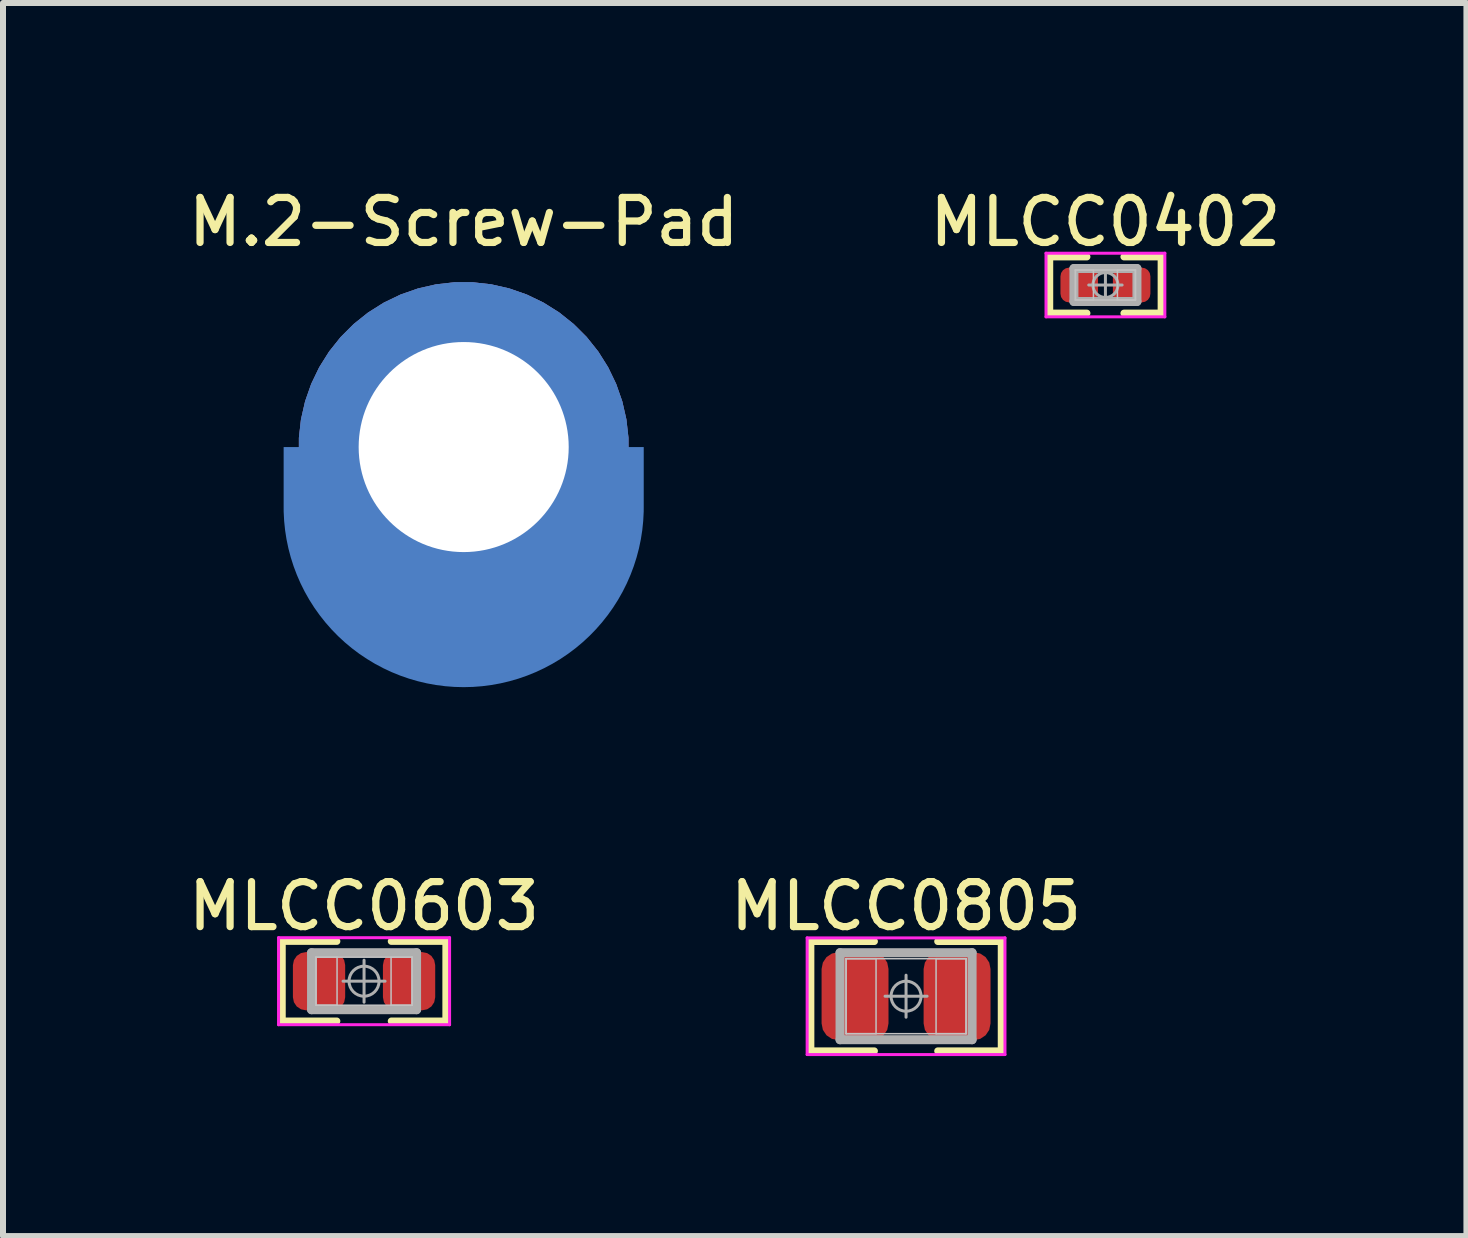
<source format=kicad_pcb>
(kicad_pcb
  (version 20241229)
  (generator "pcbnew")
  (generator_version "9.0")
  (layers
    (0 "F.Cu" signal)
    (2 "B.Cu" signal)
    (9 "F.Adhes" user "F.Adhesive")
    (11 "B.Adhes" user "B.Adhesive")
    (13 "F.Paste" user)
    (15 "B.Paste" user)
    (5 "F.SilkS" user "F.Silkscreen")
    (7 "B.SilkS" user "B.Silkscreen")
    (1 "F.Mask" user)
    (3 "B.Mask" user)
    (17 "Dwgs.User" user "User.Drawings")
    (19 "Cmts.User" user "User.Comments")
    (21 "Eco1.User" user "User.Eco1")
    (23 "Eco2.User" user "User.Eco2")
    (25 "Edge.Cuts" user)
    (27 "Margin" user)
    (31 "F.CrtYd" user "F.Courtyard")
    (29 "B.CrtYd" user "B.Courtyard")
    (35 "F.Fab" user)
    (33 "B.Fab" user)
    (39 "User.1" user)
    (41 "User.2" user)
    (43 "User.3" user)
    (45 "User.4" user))
  (footprint "M.2-Screw-Pad"
    (layer "F.Cu")
    (at 4.676 4.399)
    (property "Reference" "M.2-Screw-Pad" (at 0 -3.75 0) (unlocked yes) (layer "F.SilkS") (effects (font (size 0.75 0.75) (thickness 0.12))))
    (attr through_hole)
    (pad "1" thru_hole custom (at 0 0) (size 5.5 5.5) (drill 3.5) (layers "*.Cu" "*.Mask") (options (anchor circle)) (primitives (gr_poly (pts (arc (start 2.75 0) (mid 0 2.75) (end -2.75 0))) (width 0) (fill yes))))
    (pad "1" smd custom (at 0 0) (size 5.5 5.5) (layers "B.Cu" "B.Mask") (options (anchor circle)) (primitives (gr_poly (pts (xy 3 0) (arc (start 3 1) (mid 0 4) (end -3 1)) (xy -3 0)) (width 0) (fill yes)))))
  (footprint "MLCC0805"
    (layer "F.Cu")
    (at 12.047 13.549)
    (property "Reference" "MLCC0805" (at 0 -1.5 180) (layer "F.SilkS") (effects (font (size 0.75 0.75) (thickness 0.12))))
    (attr smd)
    (fp_line (start -1.588 -0.913) (end -0.529 -0.913) (stroke (width 0.12) (type solid)) (layer "F.SilkS"))
    (fp_line (start -1.588 0.913) (end -1.588 -0.913) (stroke (width 0.12) (type solid)) (layer "F.SilkS"))
    (fp_line (start -0.529 0.913) (end -1.588 0.913) (stroke (width 0.12) (type solid)) (layer "F.SilkS"))
    (fp_line (start 0.529 0.913) (end 1.588 0.913) (stroke (width 0.12) (type solid)) (layer "F.SilkS"))
    (fp_line (start 1.588 -0.913) (end 0.529 -0.913) (stroke (width 0.12) (type solid)) (layer "F.SilkS"))
    (fp_line (start 1.588 0.913) (end 1.588 -0.913) (stroke (width 0.12) (type solid)) (layer "F.SilkS"))
    (fp_line (start -1 -0.625) (end -0.5 -0.625) (stroke (width 0.025) (type solid)) (layer "Dwgs.User"))
    (fp_line (start -1 -0.625) (end 1 -0.625) (stroke (width 0.025) (type solid)) (layer "Dwgs.User"))
    (fp_line (start -1 0.625) (end -1 -0.625) (stroke (width 0.025) (type solid)) (layer "Dwgs.User"))
    (fp_line (start -1 0.625) (end -1 -0.625) (stroke (width 0.025) (type solid)) (layer "Dwgs.User"))
    (fp_line (start -0.5 -0.625) (end -0.5 0.625) (stroke (width 0.025) (type solid)) (layer "Dwgs.User"))
    (fp_line (start -0.5 0.625) (end -1 0.625) (stroke (width 0.025) (type solid)) (layer "Dwgs.User"))
    (fp_line (start 0.5 -0.625) (end 1 -0.625) (stroke (width 0.025) (type solid)) (layer "Dwgs.User"))
    (fp_line (start 0.5 0.625) (end 0.5 -0.625) (stroke (width 0.025) (type solid)) (layer "Dwgs.User"))
    (fp_line (start 1 -0.625) (end 1 0.625) (stroke (width 0.025) (type solid)) (layer "Dwgs.User"))
    (fp_line (start 1 -0.625) (end 1 0.625) (stroke (width 0.025) (type solid)) (layer "Dwgs.User"))
    (fp_line (start 1 0.625) (end -1 0.625) (stroke (width 0.025) (type solid)) (layer "Dwgs.User"))
    (fp_line (start 1 0.625) (end 0.5 0.625) (stroke (width 0.025) (type solid)) (layer "Dwgs.User"))
    (fp_line (start -1.648 -0.972) (end 1.648 -0.972) (stroke (width 0.05) (type solid)) (layer "F.CrtYd"))
    (fp_line (start -1.648 0.972) (end -1.648 -0.972) (stroke (width 0.05) (type solid)) (layer "F.CrtYd"))
    (fp_line (start 1.648 -0.972) (end 1.648 0.972) (stroke (width 0.05) (type solid)) (layer "F.CrtYd"))
    (fp_line (start 1.648 0.972) (end -1.648 0.972) (stroke (width 0.05) (type solid)) (layer "F.CrtYd"))
    (fp_line (start -1.1 -0.725) (end 1.1 -0.725) (stroke (width 0.15) (type solid)) (layer "F.Fab"))
    (fp_line (start -1.1 0.725) (end -1.1 -0.725) (stroke (width 0.15) (type solid)) (layer "F.Fab"))
    (fp_line (start 0 -0.35) (end 0 0.35) (stroke (width 0.05) (type solid)) (layer "F.Fab"))
    (fp_line (start 0.35 0) (end -0.35 0) (stroke (width 0.05) (type solid)) (layer "F.Fab"))
    (fp_line (start 1.1 -0.725) (end 1.1 0.725) (stroke (width 0.15) (type solid)) (layer "F.Fab"))
    (fp_line (start 1.1 0.725) (end -1.1 0.725) (stroke (width 0.15) (type solid)) (layer "F.Fab"))
    (fp_circle (center 0 0) (end 0.25 0) (stroke (width 0.05) (type solid)) (fill no) (layer "F.Fab"))
    (pad "1" smd roundrect (at -0.85 0) (size 1.115 1.465) (layers "F.Cu" "F.Mask" "F.Paste") (roundrect_rratio 0.25))
    (pad "2" smd roundrect (at 0.85 0) (size 1.115 1.465) (layers "F.Cu" "F.Mask" "F.Paste") (roundrect_rratio 0.25)))
  (footprint "MLCC0603"
    (layer "F.Cu")
    (at 3.016 13.299)
    (property "Reference" "MLCC0603" (at 0 -1.25 0) (layer "F.SilkS") (effects (font (size 0.75 0.75) (thickness 0.12))))
    (attr smd)
    (fp_line (start -1.365 -0.665) (end -0.455 -0.665) (stroke (width 0.12) (type solid)) (layer "F.SilkS"))
    (fp_line (start -1.365 0.665) (end -1.365 -0.665) (stroke (width 0.12) (type solid)) (layer "F.SilkS"))
    (fp_line (start -0.455 0.665) (end -1.365 0.665) (stroke (width 0.12) (type solid)) (layer "F.SilkS"))
    (fp_line (start 0.455 0.665) (end 1.365 0.665) (stroke (width 0.12) (type solid)) (layer "F.SilkS"))
    (fp_line (start 1.365 -0.665) (end 0.455 -0.665) (stroke (width 0.12) (type solid)) (layer "F.SilkS"))
    (fp_line (start 1.365 0.665) (end 1.365 -0.665) (stroke (width 0.12) (type solid)) (layer "F.SilkS"))
    (fp_line (start -0.8 -0.4) (end -0.45 -0.4) (stroke (width 0.025) (type solid)) (layer "Dwgs.User"))
    (fp_line (start -0.8 -0.4) (end 0.8 -0.4) (stroke (width 0.025) (type solid)) (layer "Dwgs.User"))
    (fp_line (start -0.8 0.4) (end -0.8 -0.4) (stroke (width 0.025) (type solid)) (layer "Dwgs.User"))
    (fp_line (start -0.8 0.4) (end -0.8 -0.4) (stroke (width 0.025) (type solid)) (layer "Dwgs.User"))
    (fp_line (start -0.45 -0.4) (end -0.45 0.4) (stroke (width 0.025) (type solid)) (layer "Dwgs.User"))
    (fp_line (start -0.45 0.4) (end -0.8 0.4) (stroke (width 0.025) (type solid)) (layer "Dwgs.User"))
    (fp_line (start 0.45 -0.4) (end 0.8 -0.4) (stroke (width 0.025) (type solid)) (layer "Dwgs.User"))
    (fp_line (start 0.45 0.4) (end 0.45 -0.4) (stroke (width 0.025) (type solid)) (layer "Dwgs.User"))
    (fp_line (start 0.8 -0.4) (end 0.8 0.4) (stroke (width 0.025) (type solid)) (layer "Dwgs.User"))
    (fp_line (start 0.8 -0.4) (end 0.8 0.4) (stroke (width 0.025) (type solid)) (layer "Dwgs.User"))
    (fp_line (start 0.8 0.4) (end -0.8 0.4) (stroke (width 0.025) (type solid)) (layer "Dwgs.User"))
    (fp_line (start 0.8 0.4) (end 0.45 0.4) (stroke (width 0.025) (type solid)) (layer "Dwgs.User"))
    (fp_line (start -1.425 -0.725) (end 1.425 -0.725) (stroke (width 0.05) (type solid)) (layer "F.CrtYd"))
    (fp_line (start -1.425 0.725) (end -1.425 -0.725) (stroke (width 0.05) (type solid)) (layer "F.CrtYd"))
    (fp_line (start 1.425 -0.725) (end 1.425 0.725) (stroke (width 0.05) (type solid)) (layer "F.CrtYd"))
    (fp_line (start 1.425 0.725) (end -1.425 0.725) (stroke (width 0.05) (type solid)) (layer "F.CrtYd"))
    (fp_line (start -0.875 -0.475) (end 0.875 -0.475) (stroke (width 0.15) (type solid)) (layer "F.Fab"))
    (fp_line (start -0.875 0.475) (end -0.875 -0.475) (stroke (width 0.15) (type solid)) (layer "F.Fab"))
    (fp_line (start 0 -0.35) (end 0 0.35) (stroke (width 0.05) (type solid)) (layer "F.Fab"))
    (fp_line (start 0.35 0) (end -0.35 0) (stroke (width 0.05) (type solid)) (layer "F.Fab"))
    (fp_line (start 0.875 -0.475) (end 0.875 0.475) (stroke (width 0.15) (type solid)) (layer "F.Fab"))
    (fp_line (start 0.875 0.475) (end -0.875 0.475) (stroke (width 0.15) (type solid)) (layer "F.Fab"))
    (fp_circle (center 0 0) (end 0.25 0) (stroke (width 0.05) (type solid)) (fill no) (layer "F.Fab"))
    (pad "1" smd roundrect (at -0.75 0 180) (size 0.871 0.97) (layers "F.Cu" "F.Mask" "F.Paste") (roundrect_rratio 0.25))
    (pad "2" smd roundrect (at 0.75 0 180) (size 0.871 0.97) (layers "F.Cu" "F.Mask" "F.Paste") (roundrect_rratio 0.25)))
  (footprint "MLCC0402"
    (layer "F.Cu")
    (at 15.369 1.699)
    (property "Reference" "MLCC0402" (at 0 -1.05 0) (layer "F.SilkS") (effects (font (size 0.75 0.75) (thickness 0.12))))
    (attr smd)
    (fp_line (start -0.93 -0.47) (end -0.31 -0.47) (stroke (width 0.12) (type solid)) (layer "F.SilkS"))
    (fp_line (start -0.93 0.47) (end -0.93 -0.47) (stroke (width 0.12) (type solid)) (layer "F.SilkS"))
    (fp_line (start -0.31 0.47) (end -0.93 0.47) (stroke (width 0.12) (type solid)) (layer "F.SilkS"))
    (fp_line (start 0.31 0.47) (end 0.93 0.47) (stroke (width 0.12) (type solid)) (layer "F.SilkS"))
    (fp_line (start 0.93 -0.47) (end 0.31 -0.47) (stroke (width 0.12) (type solid)) (layer "F.SilkS"))
    (fp_line (start 0.93 0.47) (end 0.93 -0.47) (stroke (width 0.12) (type solid)) (layer "F.SilkS"))
    (fp_line (start -0.5 -0.25) (end -0.2 -0.25) (stroke (width 0.025) (type solid)) (layer "Dwgs.User"))
    (fp_line (start -0.5 -0.25) (end 0.5 -0.25) (stroke (width 0.025) (type solid)) (layer "Dwgs.User"))
    (fp_line (start -0.5 0.25) (end -0.5 -0.25) (stroke (width 0.025) (type solid)) (layer "Dwgs.User"))
    (fp_line (start -0.5 0.25) (end -0.5 -0.25) (stroke (width 0.025) (type solid)) (layer "Dwgs.User"))
    (fp_line (start -0.2 -0.25) (end -0.2 0.25) (stroke (width 0.025) (type solid)) (layer "Dwgs.User"))
    (fp_line (start -0.2 0.25) (end -0.5 0.25) (stroke (width 0.025) (type solid)) (layer "Dwgs.User"))
    (fp_line (start 0.2 -0.25) (end 0.5 -0.25) (stroke (width 0.025) (type solid)) (layer "Dwgs.User"))
    (fp_line (start 0.2 0.25) (end 0.2 -0.25) (stroke (width 0.025) (type solid)) (layer "Dwgs.User"))
    (fp_line (start 0.5 -0.25) (end 0.5 0.25) (stroke (width 0.025) (type solid)) (layer "Dwgs.User"))
    (fp_line (start 0.5 -0.25) (end 0.5 0.25) (stroke (width 0.025) (type solid)) (layer "Dwgs.User"))
    (fp_line (start 0.5 0.25) (end -0.5 0.25) (stroke (width 0.025) (type solid)) (layer "Dwgs.User"))
    (fp_line (start 0.5 0.25) (end 0.2 0.25) (stroke (width 0.025) (type solid)) (layer "Dwgs.User"))
    (fp_line (start -0.99 -0.53) (end 0.99 -0.53) (stroke (width 0.05) (type solid)) (layer "F.CrtYd"))
    (fp_line (start -0.99 0.53) (end -0.99 -0.53) (stroke (width 0.05) (type solid)) (layer "F.CrtYd"))
    (fp_line (start 0.99 -0.53) (end 0.99 0.53) (stroke (width 0.05) (type solid)) (layer "F.CrtYd"))
    (fp_line (start 0.99 0.53) (end -0.99 0.53) (stroke (width 0.05) (type solid)) (layer "F.CrtYd"))
    (fp_line (start -0.525 -0.275) (end 0.525 -0.275) (stroke (width 0.15) (type solid)) (layer "F.Fab"))
    (fp_line (start -0.525 0.275) (end -0.525 -0.275) (stroke (width 0.15) (type solid)) (layer "F.Fab"))
    (fp_line (start 0 -0.278) (end 0 0.278) (stroke (width 0.05) (type solid)) (layer "F.Fab"))
    (fp_line (start 0.278 0) (end -0.278 0) (stroke (width 0.05) (type solid)) (layer "F.Fab"))
    (fp_line (start 0.525 -0.275) (end 0.525 0.275) (stroke (width 0.15) (type solid)) (layer "F.Fab"))
    (fp_line (start 0.525 0.275) (end -0.525 0.275) (stroke (width 0.15) (type solid)) (layer "F.Fab"))
    (fp_circle (center 0 0) (end 0.208 0) (stroke (width 0.05) (type solid)) (fill no) (layer "F.Fab"))
    (pad "1" smd roundrect (at -0.437 0) (size 0.625 0.58) (layers "F.Cu" "F.Mask" "F.Paste") (roundrect_rratio 0.25))
    (pad "2" smd roundrect (at 0.437 0) (size 0.625 0.58) (layers "F.Cu" "F.Mask" "F.Paste") (roundrect_rratio 0.25)))
  (gr_rect
    (start -3 -3)
    (end 21.384 17.546)
    (stroke (width 0.1) (type default))
    (fill no)
    (layer "Edge.Cuts")))
</source>
